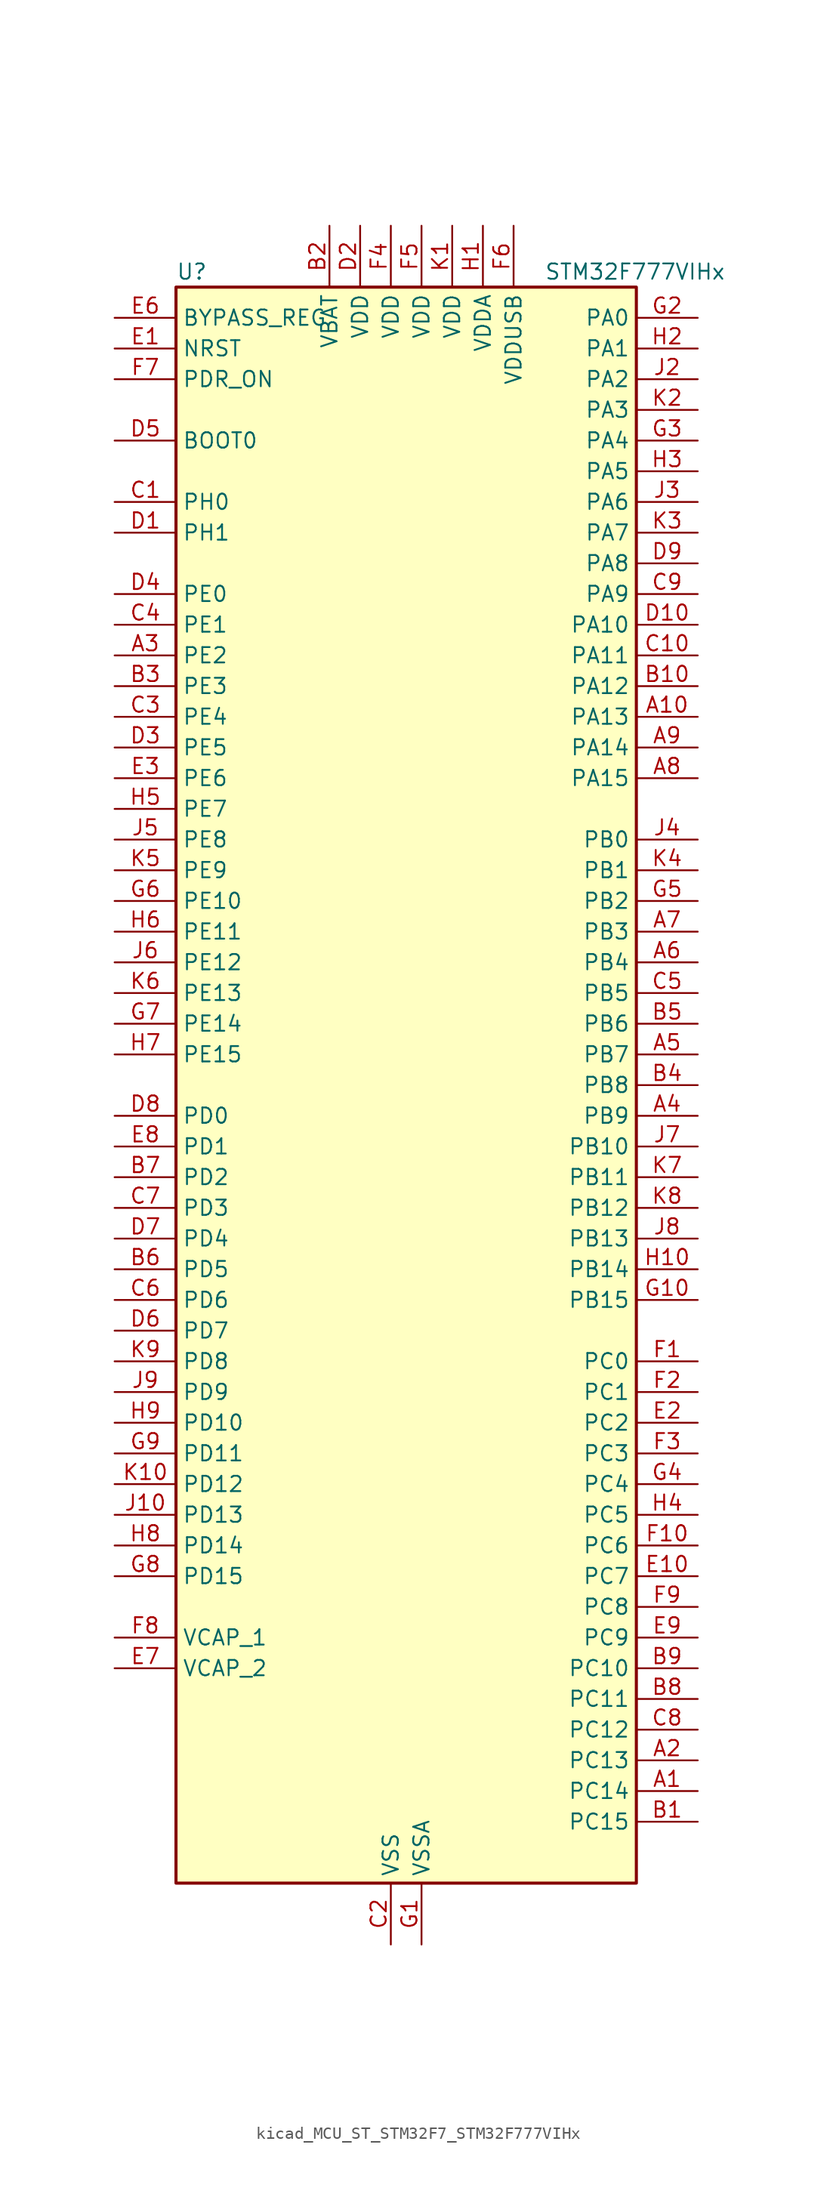
<source format=kicad_sym>
(kicad_symbol_lib
  (version 20220914)
  (generator kicad_symbol_editor)
  (symbol "kicad_MCU_ST_STM32F7_STM32F777VIHx"
    (property "Reference" "U"
      (at -17.78 67.31 0)
      (effects (font (size 1.27 1.27)) (justify left)))
    (property "Value" "STM32F777VIHx"
      (at 12.7 67.31 0)
      (effects (font (size 1.27 1.27)) (justify left)))
    (property "ki_locked" ""
      (at 0 0 0)
      (effects (font (size 1.27 1.27))))
    (symbol "kicad_MCU_ST_STM32F7_STM32F777VIHx_0_1"
      (rectangle (start -17.78 -66.04) (end 20.32 66.04) (stroke (width 0.254) (type default)) (fill (type background))))
    (symbol "kicad_MCU_ST_STM32F7_STM32F777VIHx_1_1"
      (pin bidirectional line (at 25.4 -58.42 180) (length 5.08) (name "PC14" (effects (font (size 1.27 1.27)))) (number "A1" (effects (font (size 1.27 1.27)))) (alternate "RCC_OSC32_IN" bidirectional line))
      (pin bidirectional line (at 25.4 30.48 180) (length 5.08) (name "PA13" (effects (font (size 1.27 1.27)))) (number "A10" (effects (font (size 1.27 1.27)))) (alternate "SYS_JTMS-SWDIO" bidirectional line))
      (pin bidirectional line (at 25.4 -55.88 180) (length 5.08) (name "PC13" (effects (font (size 1.27 1.27)))) (number "A2" (effects (font (size 1.27 1.27)))) (alternate "RTC_OUT" bidirectional line) (alternate "RTC_TAMP1" bidirectional line) (alternate "RTC_TS" bidirectional line) (alternate "SYS_WKUP4" bidirectional line))
      (pin bidirectional line (at -22.86 35.56 0) (length 5.08) (name "PE2" (effects (font (size 1.27 1.27)))) (number "A3" (effects (font (size 1.27 1.27)))) (alternate "ETH_TXD3" bidirectional line) (alternate "FMC_A23" bidirectional line) (alternate "QUADSPI_BK1_IO2" bidirectional line) (alternate "SAI1_MCLK_A" bidirectional line) (alternate "SPI4_SCK" bidirectional line) (alternate "SYS_TRACECLK" bidirectional line))
      (pin bidirectional line (at 25.4 -2.54 180) (length 5.08) (name "PB9" (effects (font (size 1.27 1.27)))) (number "A4" (effects (font (size 1.27 1.27)))) (alternate "CAN1_TX" bidirectional line) (alternate "DAC_EXTI9" bidirectional line) (alternate "DCMI_D7" bidirectional line) (alternate "DFSDM1_DATIN7" bidirectional line) (alternate "I2C1_SDA" bidirectional line) (alternate "I2C4_SDA" bidirectional line) (alternate "I2C4_SMBA" bidirectional line) (alternate "I2S2_WS" bidirectional line) (alternate "LTDC_B7" bidirectional line) (alternate "SDMMC1_D5" bidirectional line) (alternate "SDMMC2_D5" bidirectional line) (alternate "SPI2_NSS" bidirectional line) (alternate "TIM11_CH1" bidirectional line) (alternate "TIM4_CH4" bidirectional line) (alternate "UART5_TX" bidirectional line))
      (pin bidirectional line (at 25.4 2.54 180) (length 5.08) (name "PB7" (effects (font (size 1.27 1.27)))) (number "A5" (effects (font (size 1.27 1.27)))) (alternate "DCMI_VSYNC" bidirectional line) (alternate "DFSDM1_CKIN5" bidirectional line) (alternate "FMC_NL" bidirectional line) (alternate "I2C1_SDA" bidirectional line) (alternate "I2C4_SDA" bidirectional line) (alternate "TIM4_CH2" bidirectional line) (alternate "USART1_RX" bidirectional line))
      (pin bidirectional line (at 25.4 10.16 180) (length 5.08) (name "PB4" (effects (font (size 1.27 1.27)))) (number "A6" (effects (font (size 1.27 1.27)))) (alternate "CAN3_TX" bidirectional line) (alternate "I2S2_WS" bidirectional line) (alternate "SDMMC2_D3" bidirectional line) (alternate "SPI1_MISO" bidirectional line) (alternate "SPI2_NSS" bidirectional line) (alternate "SPI3_MISO" bidirectional line) (alternate "SPI6_MISO" bidirectional line) (alternate "SYS_JTRST" bidirectional line) (alternate "TIM3_CH1" bidirectional line) (alternate "UART7_TX" bidirectional line))
      (pin bidirectional line (at 25.4 12.7 180) (length 5.08) (name "PB3" (effects (font (size 1.27 1.27)))) (number "A7" (effects (font (size 1.27 1.27)))) (alternate "CAN3_RX" bidirectional line) (alternate "I2S1_CK" bidirectional line) (alternate "I2S3_CK" bidirectional line) (alternate "SDMMC2_D2" bidirectional line) (alternate "SPI1_SCK" bidirectional line) (alternate "SPI3_SCK" bidirectional line) (alternate "SPI6_SCK" bidirectional line) (alternate "SYS_JTDO-SWO" bidirectional line) (alternate "TIM2_CH2" bidirectional line) (alternate "UART7_RX" bidirectional line))
      (pin bidirectional line (at 25.4 25.4 180) (length 5.08) (name "PA15" (effects (font (size 1.27 1.27)))) (number "A8" (effects (font (size 1.27 1.27)))) (alternate "CAN3_TX" bidirectional line) (alternate "CEC" bidirectional line) (alternate "I2S1_WS" bidirectional line) (alternate "I2S3_WS" bidirectional line) (alternate "SPI1_NSS" bidirectional line) (alternate "SPI3_NSS" bidirectional line) (alternate "SPI6_NSS" bidirectional line) (alternate "SYS_JTDI" bidirectional line) (alternate "TIM2_CH1" bidirectional line) (alternate "TIM2_ETR" bidirectional line) (alternate "UART4_DE" bidirectional line) (alternate "UART4_RTS" bidirectional line) (alternate "UART7_TX" bidirectional line))
      (pin bidirectional line (at 25.4 27.94 180) (length 5.08) (name "PA14" (effects (font (size 1.27 1.27)))) (number "A9" (effects (font (size 1.27 1.27)))) (alternate "SYS_JTCK-SWCLK" bidirectional line))
      (pin bidirectional line (at 25.4 -60.96 180) (length 5.08) (name "PC15" (effects (font (size 1.27 1.27)))) (number "B1" (effects (font (size 1.27 1.27)))) (alternate "RCC_OSC32_OUT" bidirectional line))
      (pin bidirectional line (at 25.4 33.02 180) (length 5.08) (name "PA12" (effects (font (size 1.27 1.27)))) (number "B10" (effects (font (size 1.27 1.27)))) (alternate "CAN1_TX" bidirectional line) (alternate "I2S2_CK" bidirectional line) (alternate "LTDC_R5" bidirectional line) (alternate "SAI2_FS_B" bidirectional line) (alternate "SPI2_SCK" bidirectional line) (alternate "TIM1_ETR" bidirectional line) (alternate "UART4_TX" bidirectional line) (alternate "USART1_DE" bidirectional line) (alternate "USART1_RTS" bidirectional line) (alternate "USB_OTG_FS_DP" bidirectional line))
      (pin power_in line (at -5.08 71.12 270) (length 5.08) (name "VBAT" (effects (font (size 1.27 1.27)))) (number "B2" (effects (font (size 1.27 1.27)))))
      (pin bidirectional line (at -22.86 33.02 0) (length 5.08) (name "PE3" (effects (font (size 1.27 1.27)))) (number "B3" (effects (font (size 1.27 1.27)))) (alternate "FMC_A19" bidirectional line) (alternate "SAI1_SD_B" bidirectional line) (alternate "SYS_TRACED0" bidirectional line))
      (pin bidirectional line (at 25.4 0 180) (length 5.08) (name "PB8" (effects (font (size 1.27 1.27)))) (number "B4" (effects (font (size 1.27 1.27)))) (alternate "CAN1_RX" bidirectional line) (alternate "DCMI_D6" bidirectional line) (alternate "DFSDM1_CKIN7" bidirectional line) (alternate "ETH_TXD3" bidirectional line) (alternate "I2C1_SCL" bidirectional line) (alternate "I2C4_SCL" bidirectional line) (alternate "LTDC_B6" bidirectional line) (alternate "SDMMC1_D4" bidirectional line) (alternate "SDMMC2_D4" bidirectional line) (alternate "TIM10_CH1" bidirectional line) (alternate "TIM4_CH3" bidirectional line) (alternate "UART5_RX" bidirectional line))
      (pin bidirectional line (at 25.4 5.08 180) (length 5.08) (name "PB6" (effects (font (size 1.27 1.27)))) (number "B5" (effects (font (size 1.27 1.27)))) (alternate "CAN2_TX" bidirectional line) (alternate "CEC" bidirectional line) (alternate "DCMI_D5" bidirectional line) (alternate "DFSDM1_DATIN5" bidirectional line) (alternate "FMC_SDNE1" bidirectional line) (alternate "I2C1_SCL" bidirectional line) (alternate "I2C4_SCL" bidirectional line) (alternate "QUADSPI_BK1_NCS" bidirectional line) (alternate "TIM4_CH1" bidirectional line) (alternate "UART5_TX" bidirectional line) (alternate "USART1_TX" bidirectional line))
      (pin bidirectional line (at -22.86 -15.24 0) (length 5.08) (name "PD5" (effects (font (size 1.27 1.27)))) (number "B6" (effects (font (size 1.27 1.27)))) (alternate "FMC_NWE" bidirectional line) (alternate "USART2_TX" bidirectional line))
      (pin bidirectional line (at -22.86 -7.62 0) (length 5.08) (name "PD2" (effects (font (size 1.27 1.27)))) (number "B7" (effects (font (size 1.27 1.27)))) (alternate "DCMI_D11" bidirectional line) (alternate "SDMMC1_CMD" bidirectional line) (alternate "SYS_TRACED2" bidirectional line) (alternate "TIM3_ETR" bidirectional line) (alternate "UART5_RX" bidirectional line))
      (pin bidirectional line (at 25.4 -50.8 180) (length 5.08) (name "PC11" (effects (font (size 1.27 1.27)))) (number "B8" (effects (font (size 1.27 1.27)))) (alternate "ADC1_EXTI11" bidirectional line) (alternate "ADC2_EXTI11" bidirectional line) (alternate "ADC3_EXTI11" bidirectional line) (alternate "DCMI_D4" bidirectional line) (alternate "DFSDM1_DATIN5" bidirectional line) (alternate "QUADSPI_BK2_NCS" bidirectional line) (alternate "SDMMC1_D3" bidirectional line) (alternate "SPI3_MISO" bidirectional line) (alternate "UART4_RX" bidirectional line) (alternate "USART3_RX" bidirectional line))
      (pin bidirectional line (at 25.4 -48.26 180) (length 5.08) (name "PC10" (effects (font (size 1.27 1.27)))) (number "B9" (effects (font (size 1.27 1.27)))) (alternate "DCMI_D8" bidirectional line) (alternate "DFSDM1_CKIN5" bidirectional line) (alternate "I2S3_CK" bidirectional line) (alternate "LTDC_R2" bidirectional line) (alternate "QUADSPI_BK1_IO1" bidirectional line) (alternate "SDMMC1_D2" bidirectional line) (alternate "SPI3_SCK" bidirectional line) (alternate "UART4_TX" bidirectional line) (alternate "USART3_TX" bidirectional line))
      (pin bidirectional line (at -22.86 48.26 0) (length 5.08) (name "PH0" (effects (font (size 1.27 1.27)))) (number "C1" (effects (font (size 1.27 1.27)))) (alternate "RCC_OSC_IN" bidirectional line))
      (pin bidirectional line (at 25.4 35.56 180) (length 5.08) (name "PA11" (effects (font (size 1.27 1.27)))) (number "C10" (effects (font (size 1.27 1.27)))) (alternate "ADC1_EXTI11" bidirectional line) (alternate "ADC2_EXTI11" bidirectional line) (alternate "ADC3_EXTI11" bidirectional line) (alternate "CAN1_RX" bidirectional line) (alternate "I2S2_WS" bidirectional line) (alternate "LTDC_R4" bidirectional line) (alternate "SPI2_NSS" bidirectional line) (alternate "TIM1_CH4" bidirectional line) (alternate "UART4_RX" bidirectional line) (alternate "USART1_CTS" bidirectional line) (alternate "USB_OTG_FS_DM" bidirectional line))
      (pin power_in line (at 0 -71.12 90) (length 5.08) (name "VSS" (effects (font (size 1.27 1.27)))) (number "C2" (effects (font (size 1.27 1.27)))))
      (pin bidirectional line (at -22.86 30.48 0) (length 5.08) (name "PE4" (effects (font (size 1.27 1.27)))) (number "C3" (effects (font (size 1.27 1.27)))) (alternate "DCMI_D4" bidirectional line) (alternate "DFSDM1_DATIN3" bidirectional line) (alternate "FMC_A20" bidirectional line) (alternate "LTDC_B0" bidirectional line) (alternate "SAI1_FS_A" bidirectional line) (alternate "SPI4_NSS" bidirectional line) (alternate "SYS_TRACED1" bidirectional line))
      (pin bidirectional line (at -22.86 38.1 0) (length 5.08) (name "PE1" (effects (font (size 1.27 1.27)))) (number "C4" (effects (font (size 1.27 1.27)))) (alternate "DCMI_D3" bidirectional line) (alternate "FMC_NBL1" bidirectional line) (alternate "LPTIM1_IN2" bidirectional line) (alternate "UART8_TX" bidirectional line))
      (pin bidirectional line (at 25.4 7.62 180) (length 5.08) (name "PB5" (effects (font (size 1.27 1.27)))) (number "C5" (effects (font (size 1.27 1.27)))) (alternate "CAN2_RX" bidirectional line) (alternate "DCMI_D10" bidirectional line) (alternate "ETH_PPS_OUT" bidirectional line) (alternate "FMC_SDCKE1" bidirectional line) (alternate "I2C1_SMBA" bidirectional line) (alternate "I2S1_SD" bidirectional line) (alternate "I2S3_SD" bidirectional line) (alternate "LTDC_G7" bidirectional line) (alternate "SPI1_MOSI" bidirectional line) (alternate "SPI3_MOSI" bidirectional line) (alternate "SPI6_MOSI" bidirectional line) (alternate "TIM3_CH2" bidirectional line) (alternate "UART5_RX" bidirectional line) (alternate "USB_OTG_HS_ULPI_D7" bidirectional line))
      (pin bidirectional line (at -22.86 -17.78 0) (length 5.08) (name "PD6" (effects (font (size 1.27 1.27)))) (number "C6" (effects (font (size 1.27 1.27)))) (alternate "DCMI_D10" bidirectional line) (alternate "DFSDM1_CKIN4" bidirectional line) (alternate "DFSDM1_DATIN1" bidirectional line) (alternate "FMC_NWAIT" bidirectional line) (alternate "I2S3_SD" bidirectional line) (alternate "LTDC_B2" bidirectional line) (alternate "SAI1_SD_A" bidirectional line) (alternate "SDMMC2_CK" bidirectional line) (alternate "SPI3_MOSI" bidirectional line) (alternate "USART2_RX" bidirectional line))
      (pin bidirectional line (at -22.86 -10.16 0) (length 5.08) (name "PD3" (effects (font (size 1.27 1.27)))) (number "C7" (effects (font (size 1.27 1.27)))) (alternate "DCMI_D5" bidirectional line) (alternate "DFSDM1_CKOUT" bidirectional line) (alternate "DFSDM1_DATIN0" bidirectional line) (alternate "FMC_CLK" bidirectional line) (alternate "I2S2_CK" bidirectional line) (alternate "LTDC_G7" bidirectional line) (alternate "SPI2_SCK" bidirectional line) (alternate "USART2_CTS" bidirectional line))
      (pin bidirectional line (at 25.4 -53.34 180) (length 5.08) (name "PC12" (effects (font (size 1.27 1.27)))) (number "C8" (effects (font (size 1.27 1.27)))) (alternate "DCMI_D9" bidirectional line) (alternate "I2S3_SD" bidirectional line) (alternate "SDMMC1_CK" bidirectional line) (alternate "SPI3_MOSI" bidirectional line) (alternate "SYS_TRACED3" bidirectional line) (alternate "UART5_TX" bidirectional line) (alternate "USART3_CK" bidirectional line))
      (pin bidirectional line (at 25.4 40.64 180) (length 5.08) (name "PA9" (effects (font (size 1.27 1.27)))) (number "C9" (effects (font (size 1.27 1.27)))) (alternate "DAC_EXTI9" bidirectional line) (alternate "DCMI_D0" bidirectional line) (alternate "I2C3_SMBA" bidirectional line) (alternate "I2S2_CK" bidirectional line) (alternate "LTDC_R5" bidirectional line) (alternate "SPI2_SCK" bidirectional line) (alternate "TIM1_CH2" bidirectional line) (alternate "USART1_TX" bidirectional line) (alternate "USB_OTG_FS_VBUS" bidirectional line))
      (pin bidirectional line (at -22.86 45.72 0) (length 5.08) (name "PH1" (effects (font (size 1.27 1.27)))) (number "D1" (effects (font (size 1.27 1.27)))) (alternate "RCC_OSC_OUT" bidirectional line))
      (pin bidirectional line (at 25.4 38.1 180) (length 5.08) (name "PA10" (effects (font (size 1.27 1.27)))) (number "D10" (effects (font (size 1.27 1.27)))) (alternate "DCMI_D1" bidirectional line) (alternate "LTDC_B1" bidirectional line) (alternate "LTDC_B4" bidirectional line) (alternate "MDIOS_MDIO" bidirectional line) (alternate "TIM1_CH3" bidirectional line) (alternate "USART1_RX" bidirectional line) (alternate "USB_OTG_FS_ID" bidirectional line))
      (pin power_in line (at -2.54 71.12 270) (length 5.08) (name "VDD" (effects (font (size 1.27 1.27)))) (number "D2" (effects (font (size 1.27 1.27)))))
      (pin bidirectional line (at -22.86 27.94 0) (length 5.08) (name "PE5" (effects (font (size 1.27 1.27)))) (number "D3" (effects (font (size 1.27 1.27)))) (alternate "DCMI_D6" bidirectional line) (alternate "DFSDM1_CKIN3" bidirectional line) (alternate "FMC_A21" bidirectional line) (alternate "LTDC_G0" bidirectional line) (alternate "SAI1_SCK_A" bidirectional line) (alternate "SPI4_MISO" bidirectional line) (alternate "SYS_TRACED2" bidirectional line) (alternate "TIM9_CH1" bidirectional line))
      (pin bidirectional line (at -22.86 40.64 0) (length 5.08) (name "PE0" (effects (font (size 1.27 1.27)))) (number "D4" (effects (font (size 1.27 1.27)))) (alternate "DCMI_D2" bidirectional line) (alternate "FMC_NBL0" bidirectional line) (alternate "LPTIM1_ETR" bidirectional line) (alternate "SAI2_MCLK_A" bidirectional line) (alternate "TIM4_ETR" bidirectional line) (alternate "UART8_RX" bidirectional line))
      (pin input line (at -22.86 53.34 0) (length 5.08) (name "BOOT0" (effects (font (size 1.27 1.27)))) (number "D5" (effects (font (size 1.27 1.27)))))
      (pin bidirectional line (at -22.86 -20.32 0) (length 5.08) (name "PD7" (effects (font (size 1.27 1.27)))) (number "D6" (effects (font (size 1.27 1.27)))) (alternate "DFSDM1_CKIN1" bidirectional line) (alternate "DFSDM1_DATIN4" bidirectional line) (alternate "FMC_NE1" bidirectional line) (alternate "I2S1_SD" bidirectional line) (alternate "SDMMC2_CMD" bidirectional line) (alternate "SPDIFRX_IN0" bidirectional line) (alternate "SPI1_MOSI" bidirectional line) (alternate "USART2_CK" bidirectional line))
      (pin bidirectional line (at -22.86 -12.7 0) (length 5.08) (name "PD4" (effects (font (size 1.27 1.27)))) (number "D7" (effects (font (size 1.27 1.27)))) (alternate "DFSDM1_CKIN0" bidirectional line) (alternate "FMC_NOE" bidirectional line) (alternate "USART2_DE" bidirectional line) (alternate "USART2_RTS" bidirectional line))
      (pin bidirectional line (at -22.86 -2.54 0) (length 5.08) (name "PD0" (effects (font (size 1.27 1.27)))) (number "D8" (effects (font (size 1.27 1.27)))) (alternate "CAN1_RX" bidirectional line) (alternate "DFSDM1_CKIN6" bidirectional line) (alternate "DFSDM1_DATIN7" bidirectional line) (alternate "FMC_D2" bidirectional line) (alternate "FMC_DA2" bidirectional line) (alternate "UART4_RX" bidirectional line))
      (pin bidirectional line (at 25.4 43.18 180) (length 5.08) (name "PA8" (effects (font (size 1.27 1.27)))) (number "D9" (effects (font (size 1.27 1.27)))) (alternate "CAN3_RX" bidirectional line) (alternate "I2C3_SCL" bidirectional line) (alternate "LTDC_B3" bidirectional line) (alternate "LTDC_R6" bidirectional line) (alternate "RCC_MCO_1" bidirectional line) (alternate "TIM1_CH1" bidirectional line) (alternate "TIM8_BKIN2" bidirectional line) (alternate "UART7_RX" bidirectional line) (alternate "USART1_CK" bidirectional line) (alternate "USB_OTG_FS_SOF" bidirectional line))
      (pin input line (at -22.86 60.96 0) (length 5.08) (name "NRST" (effects (font (size 1.27 1.27)))) (number "E1" (effects (font (size 1.27 1.27)))))
      (pin bidirectional line (at 25.4 -40.64 180) (length 5.08) (name "PC7" (effects (font (size 1.27 1.27)))) (number "E10" (effects (font (size 1.27 1.27)))) (alternate "DCMI_D1" bidirectional line) (alternate "DFSDM1_DATIN3" bidirectional line) (alternate "FMC_NE1" bidirectional line) (alternate "I2S3_MCK" bidirectional line) (alternate "LTDC_G6" bidirectional line) (alternate "SDMMC1_D7" bidirectional line) (alternate "SDMMC2_D7" bidirectional line) (alternate "TIM3_CH2" bidirectional line) (alternate "TIM8_CH2" bidirectional line) (alternate "USART6_RX" bidirectional line))
      (pin bidirectional line (at 25.4 -27.94 180) (length 5.08) (name "PC2" (effects (font (size 1.27 1.27)))) (number "E2" (effects (font (size 1.27 1.27)))) (alternate "ADC1_IN12" bidirectional line) (alternate "ADC2_IN12" bidirectional line) (alternate "ADC3_IN12" bidirectional line) (alternate "DFSDM1_CKIN1" bidirectional line) (alternate "DFSDM1_CKOUT" bidirectional line) (alternate "ETH_TXD2" bidirectional line) (alternate "FMC_SDNE0" bidirectional line) (alternate "SPI2_MISO" bidirectional line) (alternate "USB_OTG_HS_ULPI_DIR" bidirectional line))
      (pin bidirectional line (at -22.86 25.4 0) (length 5.08) (name "PE6" (effects (font (size 1.27 1.27)))) (number "E3" (effects (font (size 1.27 1.27)))) (alternate "DCMI_D7" bidirectional line) (alternate "FMC_A22" bidirectional line) (alternate "LTDC_G1" bidirectional line) (alternate "SAI1_SD_A" bidirectional line) (alternate "SAI2_MCLK_B" bidirectional line) (alternate "SPI4_MOSI" bidirectional line) (alternate "SYS_TRACED3" bidirectional line) (alternate "TIM1_BKIN2" bidirectional line) (alternate "TIM9_CH2" bidirectional line))
      (pin passive line (at 0 -71.12 90) (length 5.08) hide (name "VSS" (effects (font (size 1.27 1.27)))) (number "E4" (effects (font (size 1.27 1.27)))))
      (pin passive line (at 0 -71.12 90) (length 5.08) hide (name "VSS" (effects (font (size 1.27 1.27)))) (number "E5" (effects (font (size 1.27 1.27)))))
      (pin input line (at -22.86 63.5 0) (length 5.08) (name "BYPASS_REG" (effects (font (size 1.27 1.27)))) (number "E6" (effects (font (size 1.27 1.27)))))
      (pin power_out line (at -22.86 -48.26 0) (length 5.08) (name "VCAP_2" (effects (font (size 1.27 1.27)))) (number "E7" (effects (font (size 1.27 1.27)))))
      (pin bidirectional line (at -22.86 -5.08 0) (length 5.08) (name "PD1" (effects (font (size 1.27 1.27)))) (number "E8" (effects (font (size 1.27 1.27)))) (alternate "CAN1_TX" bidirectional line) (alternate "DFSDM1_CKIN7" bidirectional line) (alternate "DFSDM1_DATIN6" bidirectional line) (alternate "FMC_D3" bidirectional line) (alternate "FMC_DA3" bidirectional line) (alternate "UART4_TX" bidirectional line))
      (pin bidirectional line (at 25.4 -45.72 180) (length 5.08) (name "PC9" (effects (font (size 1.27 1.27)))) (number "E9" (effects (font (size 1.27 1.27)))) (alternate "DAC_EXTI9" bidirectional line) (alternate "DCMI_D3" bidirectional line) (alternate "I2C3_SDA" bidirectional line) (alternate "I2S_CKIN" bidirectional line) (alternate "LTDC_B2" bidirectional line) (alternate "LTDC_G3" bidirectional line) (alternate "QUADSPI_BK1_IO0" bidirectional line) (alternate "RCC_MCO_2" bidirectional line) (alternate "SDMMC1_D1" bidirectional line) (alternate "TIM3_CH4" bidirectional line) (alternate "TIM8_CH4" bidirectional line) (alternate "UART5_CTS" bidirectional line))
      (pin bidirectional line (at 25.4 -22.86 180) (length 5.08) (name "PC0" (effects (font (size 1.27 1.27)))) (number "F1" (effects (font (size 1.27 1.27)))) (alternate "ADC1_IN10" bidirectional line) (alternate "ADC2_IN10" bidirectional line) (alternate "ADC3_IN10" bidirectional line) (alternate "DFSDM1_CKIN0" bidirectional line) (alternate "DFSDM1_DATIN4" bidirectional line) (alternate "FMC_SDNWE" bidirectional line) (alternate "LTDC_R5" bidirectional line) (alternate "SAI2_FS_B" bidirectional line) (alternate "USB_OTG_HS_ULPI_STP" bidirectional line))
      (pin bidirectional line (at 25.4 -38.1 180) (length 5.08) (name "PC6" (effects (font (size 1.27 1.27)))) (number "F10" (effects (font (size 1.27 1.27)))) (alternate "DCMI_D0" bidirectional line) (alternate "DFSDM1_CKIN3" bidirectional line) (alternate "FMC_NWAIT" bidirectional line) (alternate "I2S2_MCK" bidirectional line) (alternate "LTDC_HSYNC" bidirectional line) (alternate "SDMMC1_D6" bidirectional line) (alternate "SDMMC2_D6" bidirectional line) (alternate "TIM3_CH1" bidirectional line) (alternate "TIM8_CH1" bidirectional line) (alternate "USART6_TX" bidirectional line))
      (pin bidirectional line (at 25.4 -25.4 180) (length 5.08) (name "PC1" (effects (font (size 1.27 1.27)))) (number "F2" (effects (font (size 1.27 1.27)))) (alternate "ADC1_IN11" bidirectional line) (alternate "ADC2_IN11" bidirectional line) (alternate "ADC3_IN11" bidirectional line) (alternate "DFSDM1_CKIN4" bidirectional line) (alternate "DFSDM1_DATIN0" bidirectional line) (alternate "ETH_MDC" bidirectional line) (alternate "I2S2_SD" bidirectional line) (alternate "MDIOS_MDC" bidirectional line) (alternate "RTC_TAMP3" bidirectional line) (alternate "RTC_TS" bidirectional line) (alternate "SAI1_SD_A" bidirectional line) (alternate "SPI2_MOSI" bidirectional line) (alternate "SYS_TRACED0" bidirectional line) (alternate "SYS_WKUP3" bidirectional line))
      (pin bidirectional line (at 25.4 -30.48 180) (length 5.08) (name "PC3" (effects (font (size 1.27 1.27)))) (number "F3" (effects (font (size 1.27 1.27)))) (alternate "ADC1_IN13" bidirectional line) (alternate "ADC2_IN13" bidirectional line) (alternate "ADC3_IN13" bidirectional line) (alternate "DFSDM1_DATIN1" bidirectional line) (alternate "ETH_TX_CLK" bidirectional line) (alternate "FMC_SDCKE0" bidirectional line) (alternate "I2S2_SD" bidirectional line) (alternate "SPI2_MOSI" bidirectional line) (alternate "USB_OTG_HS_ULPI_NXT" bidirectional line))
      (pin power_in line (at 0 71.12 270) (length 5.08) (name "VDD" (effects (font (size 1.27 1.27)))) (number "F4" (effects (font (size 1.27 1.27)))))
      (pin power_in line (at 2.54 71.12 270) (length 5.08) (name "VDD" (effects (font (size 1.27 1.27)))) (number "F5" (effects (font (size 1.27 1.27)))))
      (pin power_in line (at 10.16 71.12 270) (length 5.08) (name "VDDUSB" (effects (font (size 1.27 1.27)))) (number "F6" (effects (font (size 1.27 1.27)))))
      (pin input line (at -22.86 58.42 0) (length 5.08) (name "PDR_ON" (effects (font (size 1.27 1.27)))) (number "F7" (effects (font (size 1.27 1.27)))))
      (pin power_out line (at -22.86 -45.72 0) (length 5.08) (name "VCAP_1" (effects (font (size 1.27 1.27)))) (number "F8" (effects (font (size 1.27 1.27)))))
      (pin bidirectional line (at 25.4 -43.18 180) (length 5.08) (name "PC8" (effects (font (size 1.27 1.27)))) (number "F9" (effects (font (size 1.27 1.27)))) (alternate "DCMI_D2" bidirectional line) (alternate "FMC_NCE" bidirectional line) (alternate "FMC_NE2" bidirectional line) (alternate "SDMMC1_D0" bidirectional line) (alternate "SYS_TRACED1" bidirectional line) (alternate "TIM3_CH3" bidirectional line) (alternate "TIM8_CH3" bidirectional line) (alternate "UART5_DE" bidirectional line) (alternate "UART5_RTS" bidirectional line) (alternate "USART6_CK" bidirectional line))
      (pin power_in line (at 2.54 -71.12 90) (length 5.08) (name "VSSA" (effects (font (size 1.27 1.27)))) (number "G1" (effects (font (size 1.27 1.27)))))
      (pin bidirectional line (at 25.4 -17.78 180) (length 5.08) (name "PB15" (effects (font (size 1.27 1.27)))) (number "G10" (effects (font (size 1.27 1.27)))) (alternate "DFSDM1_CKIN2" bidirectional line) (alternate "I2S2_SD" bidirectional line) (alternate "RTC_REFIN" bidirectional line) (alternate "SDMMC2_D1" bidirectional line) (alternate "SPI2_MOSI" bidirectional line) (alternate "TIM12_CH2" bidirectional line) (alternate "TIM1_CH3N" bidirectional line) (alternate "TIM8_CH3N" bidirectional line) (alternate "UART4_CTS" bidirectional line) (alternate "USART1_RX" bidirectional line) (alternate "USB_OTG_HS_DP" bidirectional line))
      (pin bidirectional line (at 25.4 63.5 180) (length 5.08) (name "PA0" (effects (font (size 1.27 1.27)))) (number "G2" (effects (font (size 1.27 1.27)))) (alternate "ADC1_IN0" bidirectional line) (alternate "ADC2_IN0" bidirectional line) (alternate "ADC3_IN0" bidirectional line) (alternate "ETH_CRS" bidirectional line) (alternate "SAI2_SD_B" bidirectional line) (alternate "SYS_WKUP1" bidirectional line) (alternate "TIM2_CH1" bidirectional line) (alternate "TIM2_ETR" bidirectional line) (alternate "TIM5_CH1" bidirectional line) (alternate "TIM8_ETR" bidirectional line) (alternate "UART4_TX" bidirectional line) (alternate "USART2_CTS" bidirectional line))
      (pin bidirectional line (at 25.4 53.34 180) (length 5.08) (name "PA4" (effects (font (size 1.27 1.27)))) (number "G3" (effects (font (size 1.27 1.27)))) (alternate "ADC1_IN4" bidirectional line) (alternate "ADC2_IN4" bidirectional line) (alternate "DAC_OUT1" bidirectional line) (alternate "DCMI_HSYNC" bidirectional line) (alternate "I2S1_WS" bidirectional line) (alternate "I2S3_WS" bidirectional line) (alternate "LTDC_VSYNC" bidirectional line) (alternate "SPI1_NSS" bidirectional line) (alternate "SPI3_NSS" bidirectional line) (alternate "SPI6_NSS" bidirectional line) (alternate "USART2_CK" bidirectional line) (alternate "USB_OTG_HS_SOF" bidirectional line))
      (pin bidirectional line (at 25.4 -33.02 180) (length 5.08) (name "PC4" (effects (font (size 1.27 1.27)))) (number "G4" (effects (font (size 1.27 1.27)))) (alternate "ADC1_IN14" bidirectional line) (alternate "ADC2_IN14" bidirectional line) (alternate "DFSDM1_CKIN2" bidirectional line) (alternate "ETH_RXD0" bidirectional line) (alternate "FMC_SDNE0" bidirectional line) (alternate "I2S1_MCK" bidirectional line) (alternate "SPDIFRX_IN2" bidirectional line))
      (pin bidirectional line (at 25.4 15.24 180) (length 5.08) (name "PB2" (effects (font (size 1.27 1.27)))) (number "G5" (effects (font (size 1.27 1.27)))) (alternate "DFSDM1_CKIN1" bidirectional line) (alternate "I2S3_SD" bidirectional line) (alternate "QUADSPI_CLK" bidirectional line) (alternate "SAI1_SD_A" bidirectional line) (alternate "SPI3_MOSI" bidirectional line))
      (pin bidirectional line (at -22.86 15.24 0) (length 5.08) (name "PE10" (effects (font (size 1.27 1.27)))) (number "G6" (effects (font (size 1.27 1.27)))) (alternate "DFSDM1_DATIN4" bidirectional line) (alternate "FMC_D7" bidirectional line) (alternate "FMC_DA7" bidirectional line) (alternate "QUADSPI_BK2_IO3" bidirectional line) (alternate "TIM1_CH2N" bidirectional line) (alternate "UART7_CTS" bidirectional line))
      (pin bidirectional line (at -22.86 5.08 0) (length 5.08) (name "PE14" (effects (font (size 1.27 1.27)))) (number "G7" (effects (font (size 1.27 1.27)))) (alternate "FMC_D11" bidirectional line) (alternate "FMC_DA11" bidirectional line) (alternate "LTDC_CLK" bidirectional line) (alternate "SAI2_MCLK_B" bidirectional line) (alternate "SPI4_MOSI" bidirectional line) (alternate "TIM1_CH4" bidirectional line))
      (pin bidirectional line (at -22.86 -40.64 0) (length 5.08) (name "PD15" (effects (font (size 1.27 1.27)))) (number "G8" (effects (font (size 1.27 1.27)))) (alternate "FMC_D1" bidirectional line) (alternate "FMC_DA1" bidirectional line) (alternate "TIM4_CH4" bidirectional line) (alternate "UART8_DE" bidirectional line) (alternate "UART8_RTS" bidirectional line))
      (pin bidirectional line (at -22.86 -30.48 0) (length 5.08) (name "PD11" (effects (font (size 1.27 1.27)))) (number "G9" (effects (font (size 1.27 1.27)))) (alternate "ADC1_EXTI11" bidirectional line) (alternate "ADC2_EXTI11" bidirectional line) (alternate "ADC3_EXTI11" bidirectional line) (alternate "FMC_A16" bidirectional line) (alternate "FMC_CLE" bidirectional line) (alternate "I2C4_SMBA" bidirectional line) (alternate "QUADSPI_BK1_IO0" bidirectional line) (alternate "SAI2_SD_A" bidirectional line) (alternate "USART3_CTS" bidirectional line))
      (pin power_in line (at 7.62 71.12 270) (length 5.08) (name "VDDA" (effects (font (size 1.27 1.27)))) (number "H1" (effects (font (size 1.27 1.27)))))
      (pin bidirectional line (at 25.4 -15.24 180) (length 5.08) (name "PB14" (effects (font (size 1.27 1.27)))) (number "H10" (effects (font (size 1.27 1.27)))) (alternate "DFSDM1_DATIN2" bidirectional line) (alternate "SDMMC2_D0" bidirectional line) (alternate "SPI2_MISO" bidirectional line) (alternate "TIM12_CH1" bidirectional line) (alternate "TIM1_CH2N" bidirectional line) (alternate "TIM8_CH2N" bidirectional line) (alternate "UART4_DE" bidirectional line) (alternate "UART4_RTS" bidirectional line) (alternate "USART1_TX" bidirectional line) (alternate "USART3_DE" bidirectional line) (alternate "USART3_RTS" bidirectional line) (alternate "USB_OTG_HS_DM" bidirectional line))
      (pin bidirectional line (at 25.4 60.96 180) (length 5.08) (name "PA1" (effects (font (size 1.27 1.27)))) (number "H2" (effects (font (size 1.27 1.27)))) (alternate "ADC1_IN1" bidirectional line) (alternate "ADC2_IN1" bidirectional line) (alternate "ADC3_IN1" bidirectional line) (alternate "ETH_REF_CLK" bidirectional line) (alternate "ETH_RX_CLK" bidirectional line) (alternate "LTDC_R2" bidirectional line) (alternate "QUADSPI_BK1_IO3" bidirectional line) (alternate "SAI2_MCLK_B" bidirectional line) (alternate "TIM2_CH2" bidirectional line) (alternate "TIM5_CH2" bidirectional line) (alternate "UART4_RX" bidirectional line) (alternate "USART2_DE" bidirectional line) (alternate "USART2_RTS" bidirectional line))
      (pin bidirectional line (at 25.4 50.8 180) (length 5.08) (name "PA5" (effects (font (size 1.27 1.27)))) (number "H3" (effects (font (size 1.27 1.27)))) (alternate "ADC1_IN5" bidirectional line) (alternate "ADC2_IN5" bidirectional line) (alternate "DAC_OUT2" bidirectional line) (alternate "I2S1_CK" bidirectional line) (alternate "LTDC_R4" bidirectional line) (alternate "SPI1_SCK" bidirectional line) (alternate "SPI6_SCK" bidirectional line) (alternate "TIM2_CH1" bidirectional line) (alternate "TIM2_ETR" bidirectional line) (alternate "TIM8_CH1N" bidirectional line) (alternate "USB_OTG_HS_ULPI_CK" bidirectional line))
      (pin bidirectional line (at 25.4 -35.56 180) (length 5.08) (name "PC5" (effects (font (size 1.27 1.27)))) (number "H4" (effects (font (size 1.27 1.27)))) (alternate "ADC1_IN15" bidirectional line) (alternate "ADC2_IN15" bidirectional line) (alternate "DFSDM1_DATIN2" bidirectional line) (alternate "ETH_RXD1" bidirectional line) (alternate "FMC_SDCKE0" bidirectional line) (alternate "SPDIFRX_IN3" bidirectional line))
      (pin bidirectional line (at -22.86 22.86 0) (length 5.08) (name "PE7" (effects (font (size 1.27 1.27)))) (number "H5" (effects (font (size 1.27 1.27)))) (alternate "DFSDM1_DATIN2" bidirectional line) (alternate "FMC_D4" bidirectional line) (alternate "FMC_DA4" bidirectional line) (alternate "QUADSPI_BK2_IO0" bidirectional line) (alternate "TIM1_ETR" bidirectional line) (alternate "UART7_RX" bidirectional line))
      (pin bidirectional line (at -22.86 12.7 0) (length 5.08) (name "PE11" (effects (font (size 1.27 1.27)))) (number "H6" (effects (font (size 1.27 1.27)))) (alternate "ADC1_EXTI11" bidirectional line) (alternate "ADC2_EXTI11" bidirectional line) (alternate "ADC3_EXTI11" bidirectional line) (alternate "DFSDM1_CKIN4" bidirectional line) (alternate "FMC_D8" bidirectional line) (alternate "FMC_DA8" bidirectional line) (alternate "LTDC_G3" bidirectional line) (alternate "SAI2_SD_B" bidirectional line) (alternate "SPI4_NSS" bidirectional line) (alternate "TIM1_CH2" bidirectional line))
      (pin bidirectional line (at -22.86 2.54 0) (length 5.08) (name "PE15" (effects (font (size 1.27 1.27)))) (number "H7" (effects (font (size 1.27 1.27)))) (alternate "FMC_D12" bidirectional line) (alternate "FMC_DA12" bidirectional line) (alternate "LTDC_R7" bidirectional line) (alternate "TIM1_BKIN" bidirectional line))
      (pin bidirectional line (at -22.86 -38.1 0) (length 5.08) (name "PD14" (effects (font (size 1.27 1.27)))) (number "H8" (effects (font (size 1.27 1.27)))) (alternate "FMC_D0" bidirectional line) (alternate "FMC_DA0" bidirectional line) (alternate "TIM4_CH3" bidirectional line) (alternate "UART8_CTS" bidirectional line))
      (pin bidirectional line (at -22.86 -27.94 0) (length 5.08) (name "PD10" (effects (font (size 1.27 1.27)))) (number "H9" (effects (font (size 1.27 1.27)))) (alternate "DFSDM1_CKOUT" bidirectional line) (alternate "FMC_D15" bidirectional line) (alternate "FMC_DA15" bidirectional line) (alternate "LTDC_B3" bidirectional line) (alternate "USART3_CK" bidirectional line))
      (pin passive line (at 0 -71.12 90) (length 5.08) hide (name "VSS" (effects (font (size 1.27 1.27)))) (number "J1" (effects (font (size 1.27 1.27)))))
      (pin bidirectional line (at -22.86 -35.56 0) (length 5.08) (name "PD13" (effects (font (size 1.27 1.27)))) (number "J10" (effects (font (size 1.27 1.27)))) (alternate "FMC_A18" bidirectional line) (alternate "I2C4_SDA" bidirectional line) (alternate "LPTIM1_OUT" bidirectional line) (alternate "QUADSPI_BK1_IO3" bidirectional line) (alternate "SAI2_SCK_A" bidirectional line) (alternate "TIM4_CH2" bidirectional line))
      (pin bidirectional line (at 25.4 58.42 180) (length 5.08) (name "PA2" (effects (font (size 1.27 1.27)))) (number "J2" (effects (font (size 1.27 1.27)))) (alternate "ADC1_IN2" bidirectional line) (alternate "ADC2_IN2" bidirectional line) (alternate "ADC3_IN2" bidirectional line) (alternate "ETH_MDIO" bidirectional line) (alternate "LTDC_R1" bidirectional line) (alternate "MDIOS_MDIO" bidirectional line) (alternate "SAI2_SCK_B" bidirectional line) (alternate "SYS_WKUP2" bidirectional line) (alternate "TIM2_CH3" bidirectional line) (alternate "TIM5_CH3" bidirectional line) (alternate "TIM9_CH1" bidirectional line) (alternate "USART2_TX" bidirectional line))
      (pin bidirectional line (at 25.4 48.26 180) (length 5.08) (name "PA6" (effects (font (size 1.27 1.27)))) (number "J3" (effects (font (size 1.27 1.27)))) (alternate "ADC1_IN6" bidirectional line) (alternate "ADC2_IN6" bidirectional line) (alternate "DCMI_PIXCLK" bidirectional line) (alternate "LTDC_G2" bidirectional line) (alternate "MDIOS_MDC" bidirectional line) (alternate "SPI1_MISO" bidirectional line) (alternate "SPI6_MISO" bidirectional line) (alternate "TIM13_CH1" bidirectional line) (alternate "TIM1_BKIN" bidirectional line) (alternate "TIM3_CH1" bidirectional line) (alternate "TIM8_BKIN" bidirectional line))
      (pin bidirectional line (at 25.4 20.32 180) (length 5.08) (name "PB0" (effects (font (size 1.27 1.27)))) (number "J4" (effects (font (size 1.27 1.27)))) (alternate "ADC1_IN8" bidirectional line) (alternate "ADC2_IN8" bidirectional line) (alternate "DFSDM1_CKOUT" bidirectional line) (alternate "ETH_RXD2" bidirectional line) (alternate "LTDC_G1" bidirectional line) (alternate "LTDC_R3" bidirectional line) (alternate "TIM1_CH2N" bidirectional line) (alternate "TIM3_CH3" bidirectional line) (alternate "TIM8_CH2N" bidirectional line) (alternate "UART4_CTS" bidirectional line) (alternate "USB_OTG_HS_ULPI_D1" bidirectional line))
      (pin bidirectional line (at -22.86 20.32 0) (length 5.08) (name "PE8" (effects (font (size 1.27 1.27)))) (number "J5" (effects (font (size 1.27 1.27)))) (alternate "DFSDM1_CKIN2" bidirectional line) (alternate "FMC_D5" bidirectional line) (alternate "FMC_DA5" bidirectional line) (alternate "QUADSPI_BK2_IO1" bidirectional line) (alternate "TIM1_CH1N" bidirectional line) (alternate "UART7_TX" bidirectional line))
      (pin bidirectional line (at -22.86 10.16 0) (length 5.08) (name "PE12" (effects (font (size 1.27 1.27)))) (number "J6" (effects (font (size 1.27 1.27)))) (alternate "DFSDM1_DATIN5" bidirectional line) (alternate "FMC_D9" bidirectional line) (alternate "FMC_DA9" bidirectional line) (alternate "LTDC_B4" bidirectional line) (alternate "SAI2_SCK_B" bidirectional line) (alternate "SPI4_SCK" bidirectional line) (alternate "TIM1_CH3N" bidirectional line))
      (pin bidirectional line (at 25.4 -5.08 180) (length 5.08) (name "PB10" (effects (font (size 1.27 1.27)))) (number "J7" (effects (font (size 1.27 1.27)))) (alternate "DFSDM1_DATIN7" bidirectional line) (alternate "ETH_RX_ER" bidirectional line) (alternate "I2C2_SCL" bidirectional line) (alternate "I2S2_CK" bidirectional line) (alternate "LTDC_G4" bidirectional line) (alternate "QUADSPI_BK1_NCS" bidirectional line) (alternate "SPI2_SCK" bidirectional line) (alternate "TIM2_CH3" bidirectional line) (alternate "USART3_TX" bidirectional line) (alternate "USB_OTG_HS_ULPI_D3" bidirectional line))
      (pin bidirectional line (at 25.4 -12.7 180) (length 5.08) (name "PB13" (effects (font (size 1.27 1.27)))) (number "J8" (effects (font (size 1.27 1.27)))) (alternate "CAN2_TX" bidirectional line) (alternate "DFSDM1_CKIN1" bidirectional line) (alternate "ETH_TXD1" bidirectional line) (alternate "I2S2_CK" bidirectional line) (alternate "SPI2_SCK" bidirectional line) (alternate "TIM1_CH1N" bidirectional line) (alternate "UART5_TX" bidirectional line) (alternate "USART3_CTS" bidirectional line) (alternate "USB_OTG_HS_ULPI_D6" bidirectional line) (alternate "USB_OTG_HS_VBUS" bidirectional line))
      (pin bidirectional line (at -22.86 -25.4 0) (length 5.08) (name "PD9" (effects (font (size 1.27 1.27)))) (number "J9" (effects (font (size 1.27 1.27)))) (alternate "DAC_EXTI9" bidirectional line) (alternate "DFSDM1_DATIN3" bidirectional line) (alternate "FMC_D14" bidirectional line) (alternate "FMC_DA14" bidirectional line) (alternate "USART3_RX" bidirectional line))
      (pin power_in line (at 5.08 71.12 270) (length 5.08) (name "VDD" (effects (font (size 1.27 1.27)))) (number "K1" (effects (font (size 1.27 1.27)))))
      (pin bidirectional line (at -22.86 -33.02 0) (length 5.08) (name "PD12" (effects (font (size 1.27 1.27)))) (number "K10" (effects (font (size 1.27 1.27)))) (alternate "FMC_A17" bidirectional line) (alternate "FMC_ALE" bidirectional line) (alternate "I2C4_SCL" bidirectional line) (alternate "LPTIM1_IN1" bidirectional line) (alternate "QUADSPI_BK1_IO1" bidirectional line) (alternate "SAI2_FS_A" bidirectional line) (alternate "TIM4_CH1" bidirectional line) (alternate "USART3_DE" bidirectional line) (alternate "USART3_RTS" bidirectional line))
      (pin bidirectional line (at 25.4 55.88 180) (length 5.08) (name "PA3" (effects (font (size 1.27 1.27)))) (number "K2" (effects (font (size 1.27 1.27)))) (alternate "ADC1_IN3" bidirectional line) (alternate "ADC2_IN3" bidirectional line) (alternate "ADC3_IN3" bidirectional line) (alternate "ETH_COL" bidirectional line) (alternate "LTDC_B2" bidirectional line) (alternate "LTDC_B5" bidirectional line) (alternate "TIM2_CH4" bidirectional line) (alternate "TIM5_CH4" bidirectional line) (alternate "TIM9_CH2" bidirectional line) (alternate "USART2_RX" bidirectional line) (alternate "USB_OTG_HS_ULPI_D0" bidirectional line))
      (pin bidirectional line (at 25.4 45.72 180) (length 5.08) (name "PA7" (effects (font (size 1.27 1.27)))) (number "K3" (effects (font (size 1.27 1.27)))) (alternate "ADC1_IN7" bidirectional line) (alternate "ADC2_IN7" bidirectional line) (alternate "ETH_CRS_DV" bidirectional line) (alternate "ETH_RX_DV" bidirectional line) (alternate "FMC_SDNWE" bidirectional line) (alternate "I2S1_SD" bidirectional line) (alternate "SPI1_MOSI" bidirectional line) (alternate "SPI6_MOSI" bidirectional line) (alternate "TIM14_CH1" bidirectional line) (alternate "TIM1_CH1N" bidirectional line) (alternate "TIM3_CH2" bidirectional line) (alternate "TIM8_CH1N" bidirectional line))
      (pin bidirectional line (at 25.4 17.78 180) (length 5.08) (name "PB1" (effects (font (size 1.27 1.27)))) (number "K4" (effects (font (size 1.27 1.27)))) (alternate "ADC1_IN9" bidirectional line) (alternate "ADC2_IN9" bidirectional line) (alternate "DFSDM1_DATIN1" bidirectional line) (alternate "ETH_RXD3" bidirectional line) (alternate "LTDC_G0" bidirectional line) (alternate "LTDC_R6" bidirectional line) (alternate "TIM1_CH3N" bidirectional line) (alternate "TIM3_CH4" bidirectional line) (alternate "TIM8_CH3N" bidirectional line) (alternate "USB_OTG_HS_ULPI_D2" bidirectional line))
      (pin bidirectional line (at -22.86 17.78 0) (length 5.08) (name "PE9" (effects (font (size 1.27 1.27)))) (number "K5" (effects (font (size 1.27 1.27)))) (alternate "DAC_EXTI9" bidirectional line) (alternate "DFSDM1_CKOUT" bidirectional line) (alternate "FMC_D6" bidirectional line) (alternate "FMC_DA6" bidirectional line) (alternate "QUADSPI_BK2_IO2" bidirectional line) (alternate "TIM1_CH1" bidirectional line) (alternate "UART7_DE" bidirectional line) (alternate "UART7_RTS" bidirectional line))
      (pin bidirectional line (at -22.86 7.62 0) (length 5.08) (name "PE13" (effects (font (size 1.27 1.27)))) (number "K6" (effects (font (size 1.27 1.27)))) (alternate "DFSDM1_CKIN5" bidirectional line) (alternate "FMC_D10" bidirectional line) (alternate "FMC_DA10" bidirectional line) (alternate "LTDC_DE" bidirectional line) (alternate "SAI2_FS_B" bidirectional line) (alternate "SPI4_MISO" bidirectional line) (alternate "TIM1_CH3" bidirectional line))
      (pin bidirectional line (at 25.4 -7.62 180) (length 5.08) (name "PB11" (effects (font (size 1.27 1.27)))) (number "K7" (effects (font (size 1.27 1.27)))) (alternate "ADC1_EXTI11" bidirectional line) (alternate "ADC2_EXTI11" bidirectional line) (alternate "ADC3_EXTI11" bidirectional line) (alternate "DFSDM1_CKIN7" bidirectional line) (alternate "ETH_TX_EN" bidirectional line) (alternate "I2C2_SDA" bidirectional line) (alternate "LTDC_G5" bidirectional line) (alternate "TIM2_CH4" bidirectional line) (alternate "USART3_RX" bidirectional line) (alternate "USB_OTG_HS_ULPI_D4" bidirectional line))
      (pin bidirectional line (at 25.4 -10.16 180) (length 5.08) (name "PB12" (effects (font (size 1.27 1.27)))) (number "K8" (effects (font (size 1.27 1.27)))) (alternate "CAN2_RX" bidirectional line) (alternate "DFSDM1_DATIN1" bidirectional line) (alternate "ETH_TXD0" bidirectional line) (alternate "I2C2_SMBA" bidirectional line) (alternate "I2S2_WS" bidirectional line) (alternate "SPI2_NSS" bidirectional line) (alternate "TIM1_BKIN" bidirectional line) (alternate "UART5_RX" bidirectional line) (alternate "USART3_CK" bidirectional line) (alternate "USB_OTG_HS_ID" bidirectional line) (alternate "USB_OTG_HS_ULPI_D5" bidirectional line))
      (pin bidirectional line (at -22.86 -22.86 0) (length 5.08) (name "PD8" (effects (font (size 1.27 1.27)))) (number "K9" (effects (font (size 1.27 1.27)))) (alternate "DFSDM1_CKIN3" bidirectional line) (alternate "FMC_D13" bidirectional line) (alternate "FMC_DA13" bidirectional line) (alternate "SPDIFRX_IN1" bidirectional line) (alternate "USART3_TX" bidirectional line)))))
</source>
